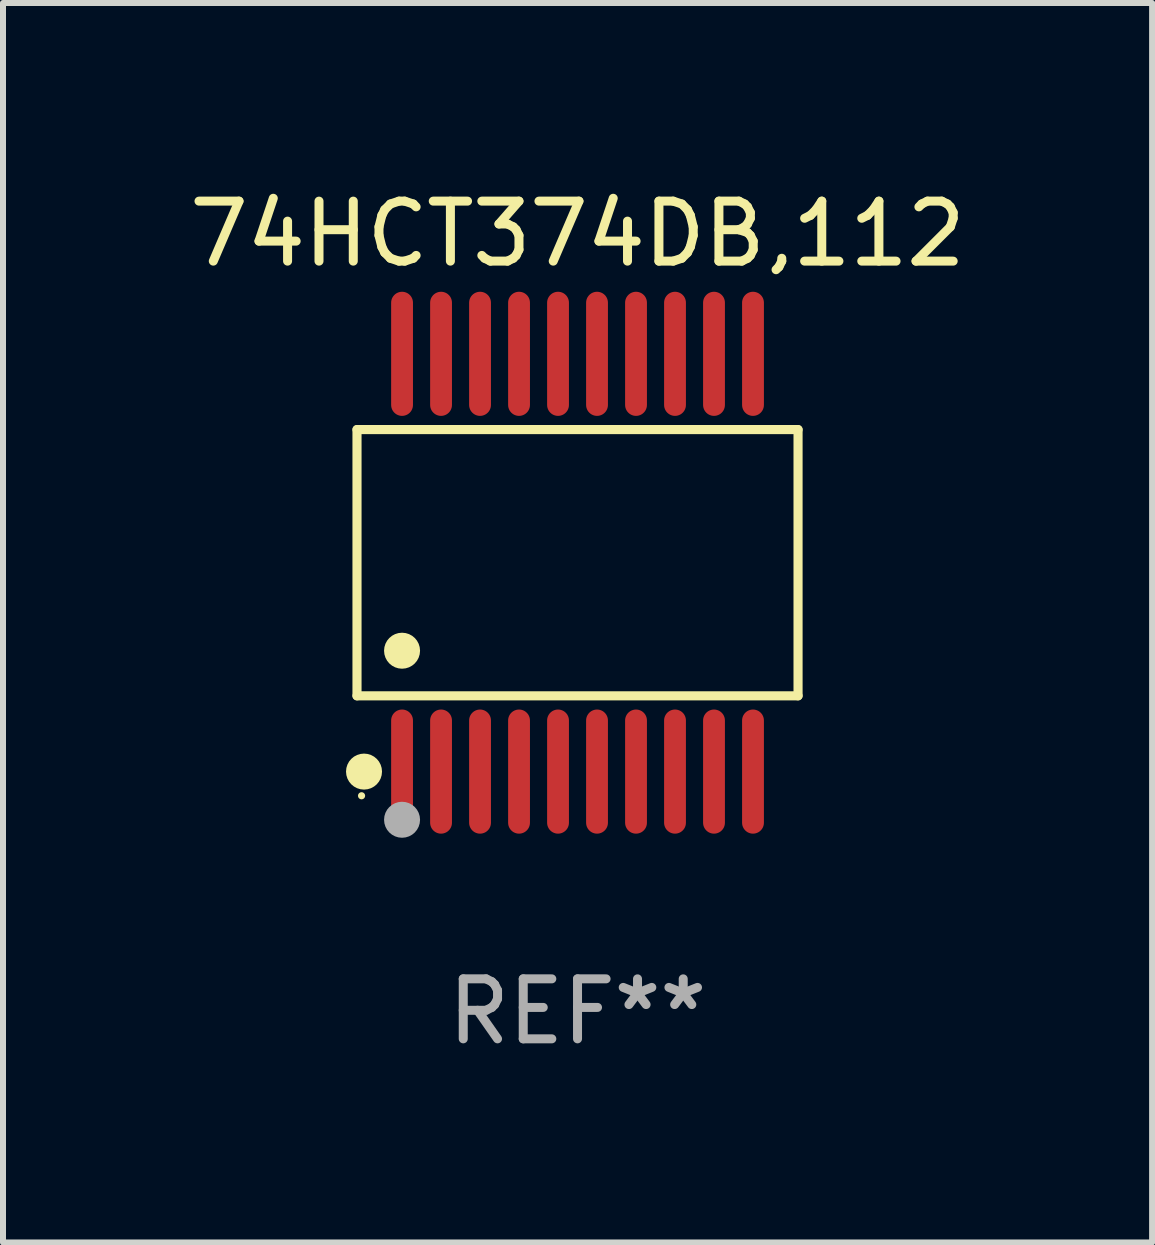
<source format=kicad_pcb>
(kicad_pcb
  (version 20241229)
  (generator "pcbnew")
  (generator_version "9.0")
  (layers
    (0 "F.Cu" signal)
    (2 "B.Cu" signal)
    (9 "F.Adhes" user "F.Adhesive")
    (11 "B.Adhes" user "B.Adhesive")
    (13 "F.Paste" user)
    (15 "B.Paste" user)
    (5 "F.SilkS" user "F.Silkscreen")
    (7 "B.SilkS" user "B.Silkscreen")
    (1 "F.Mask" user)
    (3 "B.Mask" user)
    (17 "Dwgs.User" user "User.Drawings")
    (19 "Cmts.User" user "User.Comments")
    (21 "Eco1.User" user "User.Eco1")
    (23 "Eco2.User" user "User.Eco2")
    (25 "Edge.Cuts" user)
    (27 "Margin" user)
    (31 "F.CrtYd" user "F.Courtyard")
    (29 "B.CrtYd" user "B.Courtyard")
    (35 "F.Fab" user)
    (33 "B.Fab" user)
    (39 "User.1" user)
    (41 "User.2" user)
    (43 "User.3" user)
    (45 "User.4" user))
  (footprint "74HCT374DB,112"
    (layer "F.Cu")
    (at 6.577 6.33)
    (property "Reference" "74HCT374DB,112" (at 0 -5.482 0) (layer "F.SilkS") (effects (font (size 1 1) (thickness 0.15))))
    (attr through_hole)
    (fp_line (start -3.676 -2.219) (end 3.676 -2.219) (stroke (width 0.152) (type solid)) (layer "F.SilkS"))
    (fp_line (start -3.676 2.219) (end -3.676 -2.219) (stroke (width 0.152) (type solid)) (layer "F.SilkS"))
    (fp_line (start 3.676 -2.219) (end 3.676 2.219) (stroke (width 0.152) (type solid)) (layer "F.SilkS"))
    (fp_line (start 3.676 2.219) (end -3.676 2.219) (stroke (width 0.152) (type solid)) (layer "F.SilkS"))
    (fp_circle (center -3.6 3.885) (end -3.57 3.885) (stroke (width 0.06) (type solid)) (fill no) (layer "F.SilkS"))
    (fp_circle (center -3.559 3.482) (end -3.409 3.482) (stroke (width 0.3) (type solid)) (fill no) (layer "F.SilkS"))
    (fp_circle (center -2.925 1.467) (end -2.775 1.467) (stroke (width 0.3) (type solid)) (fill no) (layer "F.SilkS"))
    (fp_circle (center -2.925 4.285) (end -2.775 4.285) (stroke (width 0.3) (type solid)) (fill no) (layer "F.Fab"))
    (fp_text user "REF**" (at 0 7.482 0) (layer "F.Fab") (effects (font (size 1 1) (thickness 0.15))))
    (pad "1" smd oval (at -2.925 3.482) (size 0.364 2.069) (layers "F.Cu" "F.Mask" "F.Paste"))
    (pad "2" smd oval (at -2.275 3.482) (size 0.364 2.069) (layers "F.Cu" "F.Mask" "F.Paste"))
    (pad "3" smd oval (at -1.625 3.482) (size 0.364 2.069) (layers "F.Cu" "F.Mask" "F.Paste"))
    (pad "4" smd oval (at -0.975 3.482) (size 0.364 2.069) (layers "F.Cu" "F.Mask" "F.Paste"))
    (pad "5" smd oval (at -0.325 3.482) (size 0.364 2.069) (layers "F.Cu" "F.Mask" "F.Paste"))
    (pad "6" smd oval (at 0.325 3.482) (size 0.364 2.069) (layers "F.Cu" "F.Mask" "F.Paste"))
    (pad "7" smd oval (at 0.975 3.482) (size 0.364 2.069) (layers "F.Cu" "F.Mask" "F.Paste"))
    (pad "8" smd oval (at 1.625 3.482) (size 0.364 2.069) (layers "F.Cu" "F.Mask" "F.Paste"))
    (pad "9" smd oval (at 2.275 3.482) (size 0.364 2.069) (layers "F.Cu" "F.Mask" "F.Paste"))
    (pad "10" smd oval (at 2.925 3.482) (size 0.364 2.069) (layers "F.Cu" "F.Mask" "F.Paste"))
    (pad "11" smd oval (at 2.925 -3.482) (size 0.364 2.069) (layers "F.Cu" "F.Mask" "F.Paste"))
    (pad "12" smd oval (at 2.275 -3.482) (size 0.364 2.069) (layers "F.Cu" "F.Mask" "F.Paste"))
    (pad "13" smd oval (at 1.625 -3.482) (size 0.364 2.069) (layers "F.Cu" "F.Mask" "F.Paste"))
    (pad "14" smd oval (at 0.975 -3.482) (size 0.364 2.069) (layers "F.Cu" "F.Mask" "F.Paste"))
    (pad "15" smd oval (at 0.325 -3.482) (size 0.364 2.069) (layers "F.Cu" "F.Mask" "F.Paste"))
    (pad "16" smd oval (at -0.325 -3.482) (size 0.364 2.069) (layers "F.Cu" "F.Mask" "F.Paste"))
    (pad "17" smd oval (at -0.975 -3.482) (size 0.364 2.069) (layers "F.Cu" "F.Mask" "F.Paste"))
    (pad "18" smd oval (at -1.625 -3.482) (size 0.364 2.069) (layers "F.Cu" "F.Mask" "F.Paste"))
    (pad "19" smd oval (at -2.275 -3.482) (size 0.364 2.069) (layers "F.Cu" "F.Mask" "F.Paste"))
    (pad "20" smd oval (at -2.925 -3.482) (size 0.364 2.069) (layers "F.Cu" "F.Mask" "F.Paste")))
  (gr_rect
    (start -3 -3)
    (end 16.155 17.661)
    (stroke (width 0.1) (type default))
    (fill no)
    (layer "Edge.Cuts")))
</source>
